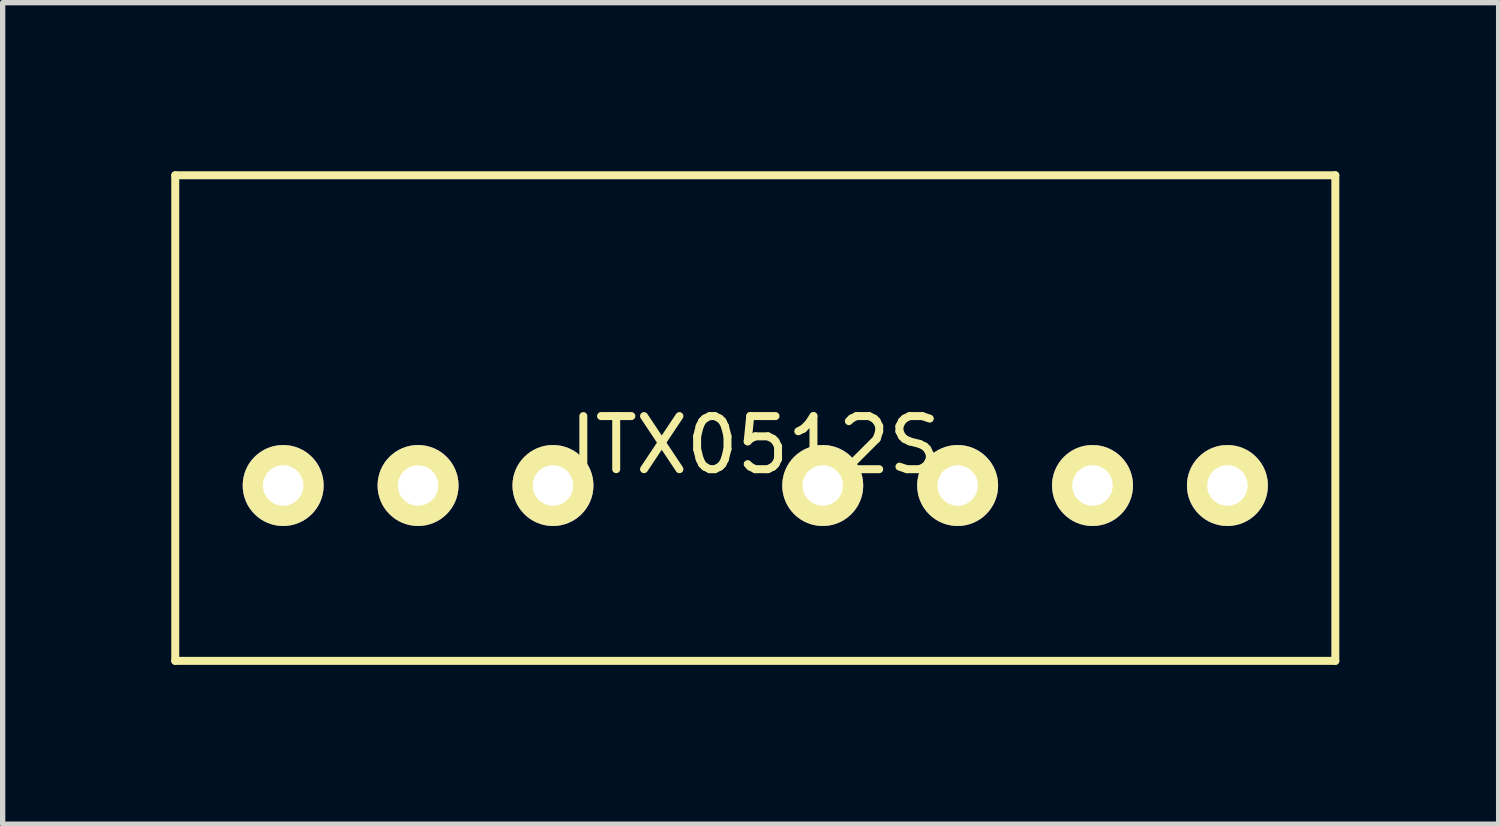
<source format=kicad_pcb>
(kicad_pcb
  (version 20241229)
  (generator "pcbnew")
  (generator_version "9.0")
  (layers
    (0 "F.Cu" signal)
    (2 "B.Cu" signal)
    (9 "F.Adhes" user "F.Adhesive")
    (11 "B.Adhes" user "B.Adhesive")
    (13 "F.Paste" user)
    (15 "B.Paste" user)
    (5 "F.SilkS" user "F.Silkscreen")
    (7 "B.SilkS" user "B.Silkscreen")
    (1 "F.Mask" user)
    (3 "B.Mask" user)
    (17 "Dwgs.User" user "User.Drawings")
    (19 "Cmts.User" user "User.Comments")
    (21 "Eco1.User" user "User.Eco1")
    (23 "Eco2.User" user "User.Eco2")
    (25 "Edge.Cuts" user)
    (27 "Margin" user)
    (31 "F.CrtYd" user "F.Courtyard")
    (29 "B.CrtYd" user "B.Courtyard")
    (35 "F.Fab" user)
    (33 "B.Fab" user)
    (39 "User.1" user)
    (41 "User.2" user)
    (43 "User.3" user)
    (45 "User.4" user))
  (footprint "ITX0512S"
    (layer "F.Cu")
    (at 0.25 0.25)
    (property "Reference" "ITX0512S" (at 10.922 5.08 0) (layer "F.SilkS") (effects (font (size 1 1) (thickness 0.15))))
    (attr through_hole)
    (fp_line (start 0 0) (end 0 9.144) (stroke (width 0.15) (type solid)) (layer "F.SilkS"))
    (fp_line (start 0 9.144) (end 21.844 9.144) (stroke (width 0.15) (type solid)) (layer "F.SilkS"))
    (fp_line (start 21.844 0) (end 0 0) (stroke (width 0.15) (type solid)) (layer "F.SilkS"))
    (fp_line (start 21.844 0) (end 21.844 9.144) (stroke (width 0.15) (type solid)) (layer "F.SilkS"))
    (pad "1" thru_hole circle (at 2.032 5.842) (size 1.524 1.524) (drill 0.762) (layers "*.Cu" "*.Mask" "F.SilkS"))
    (pad "2" thru_hole circle (at 4.572 5.842) (size 1.524 1.524) (drill 0.762) (layers "*.Cu" "*.Mask" "F.SilkS"))
    (pad "3" thru_hole circle (at 7.112 5.842) (size 1.524 1.524) (drill 0.762) (layers "*.Cu" "*.Mask" "F.SilkS"))
    (pad "5" thru_hole circle (at 12.192 5.842) (size 1.524 1.524) (drill 0.762) (layers "*.Cu" "*.Mask" "F.SilkS"))
    (pad "6" thru_hole circle (at 14.732 5.842) (size 1.524 1.524) (drill 0.762) (layers "*.Cu" "*.Mask" "F.SilkS"))
    (pad "7" thru_hole circle (at 17.272 5.842) (size 1.524 1.524) (drill 0.762) (layers "*.Cu" "*.Mask" "F.SilkS"))
    (pad "8" thru_hole circle (at 19.812 5.842) (size 1.524 1.524) (drill 0.762) (layers "*.Cu" "*.Mask" "F.SilkS")))
  (gr_rect
    (start -3 -3)
    (end 25.169 12.469)
    (stroke (width 0.1) (type default))
    (fill no)
    (layer "Edge.Cuts")))
</source>
